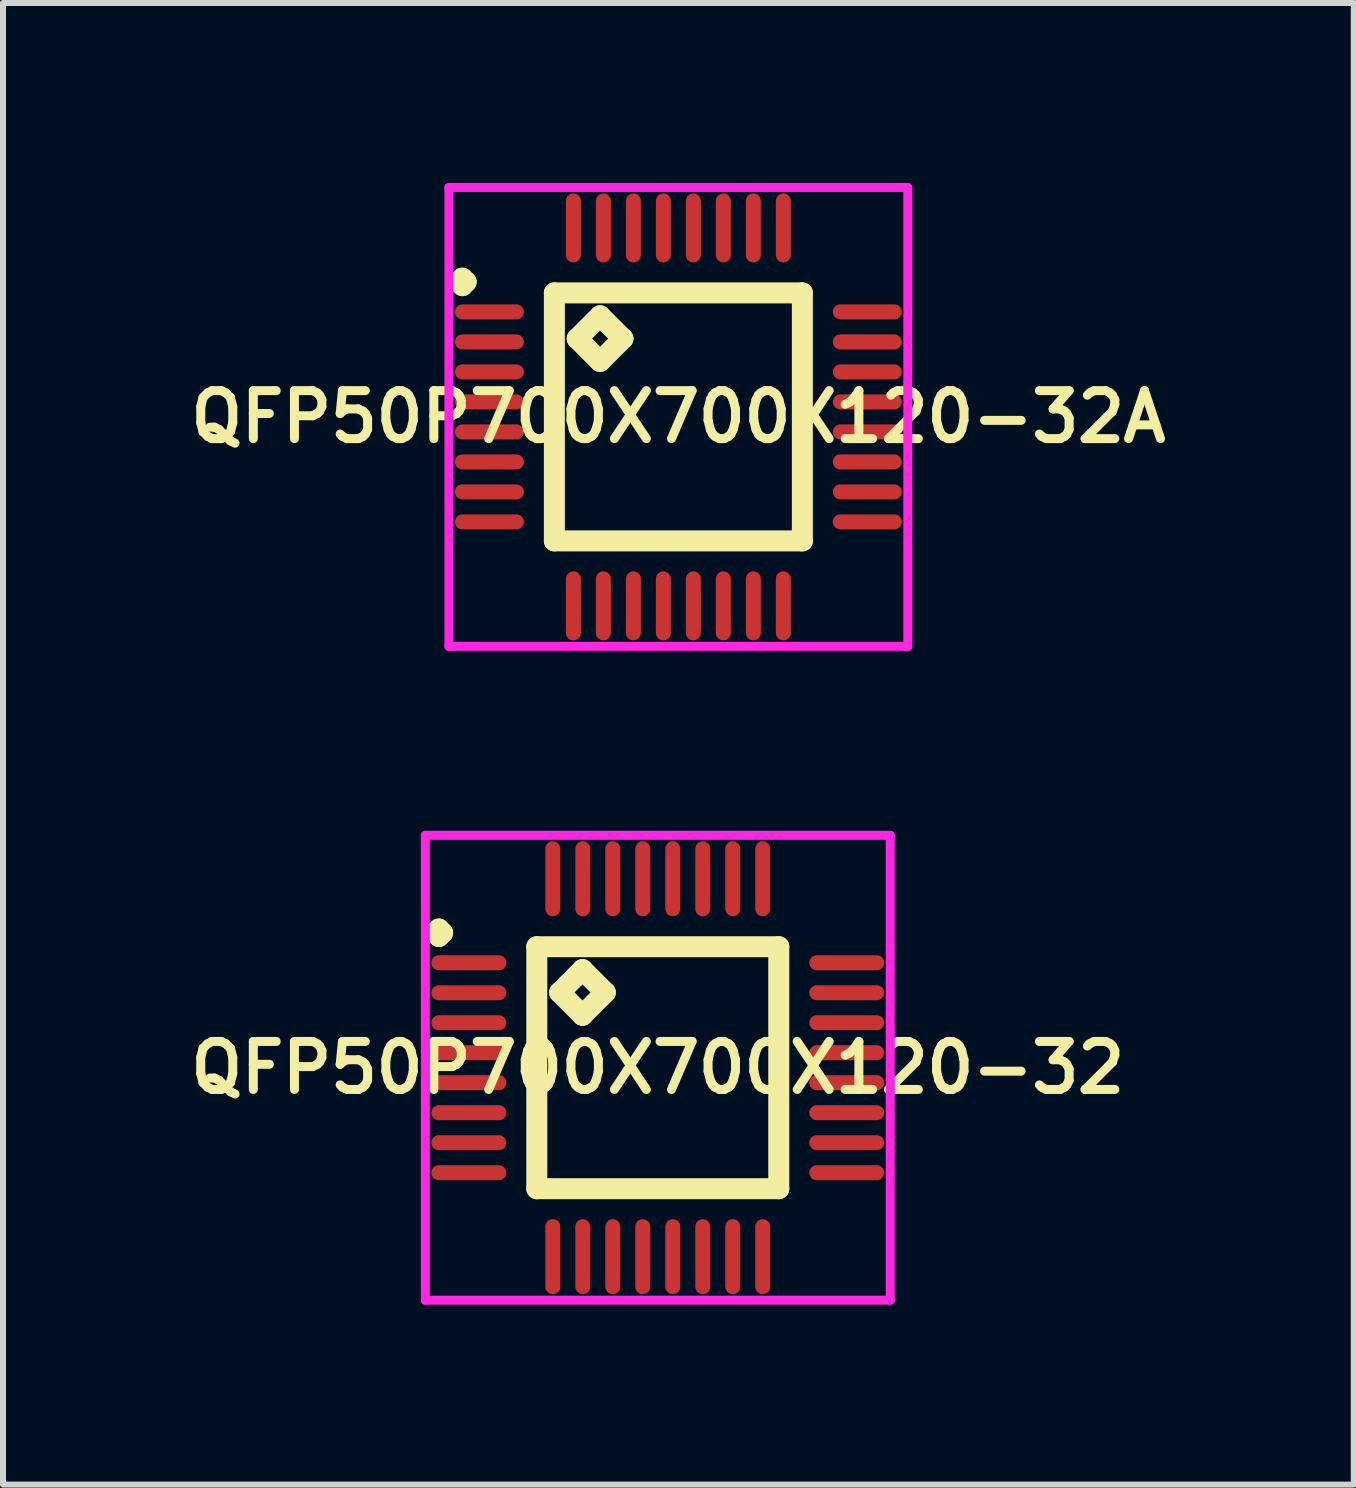
<source format=kicad_pcb>
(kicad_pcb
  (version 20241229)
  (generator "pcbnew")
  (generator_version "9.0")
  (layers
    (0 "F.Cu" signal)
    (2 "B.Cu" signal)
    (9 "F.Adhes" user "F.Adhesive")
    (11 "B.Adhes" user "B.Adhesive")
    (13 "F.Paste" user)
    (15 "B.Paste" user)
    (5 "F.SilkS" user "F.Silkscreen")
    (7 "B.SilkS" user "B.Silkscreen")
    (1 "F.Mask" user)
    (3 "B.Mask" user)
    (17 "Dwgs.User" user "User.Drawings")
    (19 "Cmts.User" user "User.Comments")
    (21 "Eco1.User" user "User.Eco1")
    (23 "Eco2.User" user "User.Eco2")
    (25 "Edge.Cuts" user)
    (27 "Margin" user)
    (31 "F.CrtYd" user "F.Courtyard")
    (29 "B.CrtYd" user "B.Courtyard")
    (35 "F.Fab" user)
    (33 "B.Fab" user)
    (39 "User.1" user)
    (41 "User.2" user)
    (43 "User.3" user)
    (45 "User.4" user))
  (footprint "QFP50P700X700X120-32"
    (layer "F.Cu")
    (at 7.916 14.75)
    (property "Reference" "QFP50P700X700X120-32" (at 0 0 0) (layer "F.SilkS") (effects (font (size 0.8 0.8) (thickness 0.15))))
    (attr smd)
    (fp_line (start -3.712 -2.25) (end -3.65 -2.312) (stroke (width 0.35) (type solid)) (layer "F.SilkS"))
    (fp_line (start -3.65 -2.312) (end -3.587 -2.25) (stroke (width 0.35) (type solid)) (layer "F.SilkS"))
    (fp_line (start -3.65 -2.188) (end -3.712 -2.25) (stroke (width 0.35) (type solid)) (layer "F.SilkS"))
    (fp_line (start -3.587 -2.25) (end -3.65 -2.188) (stroke (width 0.35) (type solid)) (layer "F.SilkS"))
    (fp_line (start -2.017 -2.017) (end -2.017 2.017) (stroke (width 0.35) (type solid)) (layer "F.SilkS"))
    (fp_line (start -2.017 2.017) (end 2.017 2.017) (stroke (width 0.35) (type solid)) (layer "F.SilkS"))
    (fp_line (start -1.636 -1.255) (end -1.255 -1.636) (stroke (width 0.35) (type solid)) (layer "F.SilkS"))
    (fp_line (start -1.255 -1.636) (end -0.874 -1.255) (stroke (width 0.35) (type solid)) (layer "F.SilkS"))
    (fp_line (start -1.255 -0.874) (end -1.636 -1.255) (stroke (width 0.35) (type solid)) (layer "F.SilkS"))
    (fp_line (start -0.874 -1.255) (end -1.255 -0.874) (stroke (width 0.35) (type solid)) (layer "F.SilkS"))
    (fp_line (start 2.017 -2.017) (end -2.017 -2.017) (stroke (width 0.35) (type solid)) (layer "F.SilkS"))
    (fp_line (start 2.017 2.017) (end 2.017 -2.017) (stroke (width 0.35) (type solid)) (layer "F.SilkS"))
    (fp_line (start -3.875 -3.875) (end 3.875 -3.875) (stroke (width 0.15) (type solid)) (layer "F.CrtYd"))
    (fp_line (start -3.875 3.875) (end -3.875 -3.875) (stroke (width 0.15) (type solid)) (layer "F.CrtYd"))
    (fp_line (start 3.875 -3.875) (end 3.875 3.875) (stroke (width 0.15) (type solid)) (layer "F.CrtYd"))
    (fp_line (start 3.875 3.875) (end -3.875 3.875) (stroke (width 0.15) (type solid)) (layer "F.CrtYd"))
    (pad "1" smd oval (at -3.15 -1.75) (size 1.25 0.25) (layers "F.Cu" "F.Mask" "F.Paste"))
    (pad "2" smd oval (at -3.15 -1.25) (size 1.25 0.25) (layers "F.Cu" "F.Mask" "F.Paste"))
    (pad "3" smd oval (at -3.15 -0.75) (size 1.25 0.25) (layers "F.Cu" "F.Mask" "F.Paste"))
    (pad "4" smd oval (at -3.15 -0.25) (size 1.25 0.25) (layers "F.Cu" "F.Mask" "F.Paste"))
    (pad "5" smd oval (at -3.15 0.25) (size 1.25 0.25) (layers "F.Cu" "F.Mask" "F.Paste"))
    (pad "6" smd oval (at -3.15 0.75) (size 1.25 0.25) (layers "F.Cu" "F.Mask" "F.Paste"))
    (pad "7" smd oval (at -3.15 1.25) (size 1.25 0.25) (layers "F.Cu" "F.Mask" "F.Paste"))
    (pad "8" smd oval (at -3.15 1.75) (size 1.25 0.25) (layers "F.Cu" "F.Mask" "F.Paste"))
    (pad "9" smd oval (at -1.75 3.15) (size 0.25 1.25) (layers "F.Cu" "F.Mask" "F.Paste"))
    (pad "10" smd oval (at -1.25 3.15) (size 0.25 1.25) (layers "F.Cu" "F.Mask" "F.Paste"))
    (pad "11" smd oval (at -0.75 3.15) (size 0.25 1.25) (layers "F.Cu" "F.Mask" "F.Paste"))
    (pad "12" smd oval (at -0.25 3.15) (size 0.25 1.25) (layers "F.Cu" "F.Mask" "F.Paste"))
    (pad "13" smd oval (at 0.25 3.15) (size 0.25 1.25) (layers "F.Cu" "F.Mask" "F.Paste"))
    (pad "14" smd oval (at 0.75 3.15) (size 0.25 1.25) (layers "F.Cu" "F.Mask" "F.Paste"))
    (pad "15" smd oval (at 1.25 3.15) (size 0.25 1.25) (layers "F.Cu" "F.Mask" "F.Paste"))
    (pad "16" smd oval (at 1.75 3.15) (size 0.25 1.25) (layers "F.Cu" "F.Mask" "F.Paste"))
    (pad "17" smd oval (at 3.15 1.75) (size 1.25 0.25) (layers "F.Cu" "F.Mask" "F.Paste"))
    (pad "18" smd oval (at 3.15 1.25) (size 1.25 0.25) (layers "F.Cu" "F.Mask" "F.Paste"))
    (pad "19" smd oval (at 3.15 0.75) (size 1.25 0.25) (layers "F.Cu" "F.Mask" "F.Paste"))
    (pad "20" smd oval (at 3.15 0.25) (size 1.25 0.25) (layers "F.Cu" "F.Mask" "F.Paste"))
    (pad "21" smd oval (at 3.15 -0.25) (size 1.25 0.25) (layers "F.Cu" "F.Mask" "F.Paste"))
    (pad "22" smd oval (at 3.15 -0.75) (size 1.25 0.25) (layers "F.Cu" "F.Mask" "F.Paste"))
    (pad "23" smd oval (at 3.15 -1.25) (size 1.25 0.25) (layers "F.Cu" "F.Mask" "F.Paste"))
    (pad "24" smd oval (at 3.15 -1.75) (size 1.25 0.25) (layers "F.Cu" "F.Mask" "F.Paste"))
    (pad "25" smd oval (at 1.75 -3.15) (size 0.25 1.25) (layers "F.Cu" "F.Mask" "F.Paste"))
    (pad "26" smd oval (at 1.25 -3.15) (size 0.25 1.25) (layers "F.Cu" "F.Mask" "F.Paste"))
    (pad "27" smd oval (at 0.75 -3.15) (size 0.25 1.25) (layers "F.Cu" "F.Mask" "F.Paste"))
    (pad "28" smd oval (at 0.25 -3.15) (size 0.25 1.25) (layers "F.Cu" "F.Mask" "F.Paste"))
    (pad "29" smd oval (at -0.25 -3.15) (size 0.25 1.25) (layers "F.Cu" "F.Mask" "F.Paste"))
    (pad "30" smd oval (at -0.75 -3.15) (size 0.25 1.25) (layers "F.Cu" "F.Mask" "F.Paste"))
    (pad "31" smd oval (at -1.25 -3.15) (size 0.25 1.25) (layers "F.Cu" "F.Mask" "F.Paste"))
    (pad "32" smd oval (at -1.75 -3.15) (size 0.25 1.25) (layers "F.Cu" "F.Mask" "F.Paste")))
  (footprint "QFP50P700X700X120-32A"
    (layer "F.Cu")
    (at 8.259 3.9)
    (property "Reference" "QFP50P700X700X120-32A" (at 0 0 0) (layer "F.SilkS") (effects (font (size 0.8 0.8) (thickness 0.15))))
    (attr smd)
    (fp_line (start -3.663 -2.25) (end -3.6 -2.312) (stroke (width 0.35) (type solid)) (layer "F.SilkS"))
    (fp_line (start -3.6 -2.312) (end -3.538 -2.25) (stroke (width 0.35) (type solid)) (layer "F.SilkS"))
    (fp_line (start -3.6 -2.188) (end -3.663 -2.25) (stroke (width 0.35) (type solid)) (layer "F.SilkS"))
    (fp_line (start -3.538 -2.25) (end -3.6 -2.188) (stroke (width 0.35) (type solid)) (layer "F.SilkS"))
    (fp_line (start -2.067 -2.067) (end -2.067 2.067) (stroke (width 0.35) (type solid)) (layer "F.SilkS"))
    (fp_line (start -2.067 2.067) (end 2.067 2.067) (stroke (width 0.35) (type solid)) (layer "F.SilkS"))
    (fp_line (start -1.686 -1.305) (end -1.305 -1.686) (stroke (width 0.35) (type solid)) (layer "F.SilkS"))
    (fp_line (start -1.305 -1.686) (end -0.924 -1.305) (stroke (width 0.35) (type solid)) (layer "F.SilkS"))
    (fp_line (start -1.305 -0.924) (end -1.686 -1.305) (stroke (width 0.35) (type solid)) (layer "F.SilkS"))
    (fp_line (start -0.924 -1.305) (end -1.305 -0.924) (stroke (width 0.35) (type solid)) (layer "F.SilkS"))
    (fp_line (start 2.067 -2.067) (end -2.067 -2.067) (stroke (width 0.35) (type solid)) (layer "F.SilkS"))
    (fp_line (start 2.067 2.067) (end 2.067 -2.067) (stroke (width 0.35) (type solid)) (layer "F.SilkS"))
    (fp_line (start -3.825 -3.825) (end 3.825 -3.825) (stroke (width 0.15) (type solid)) (layer "F.CrtYd"))
    (fp_line (start -3.825 3.825) (end -3.825 -3.825) (stroke (width 0.15) (type solid)) (layer "F.CrtYd"))
    (fp_line (start 3.825 -3.825) (end 3.825 3.825) (stroke (width 0.15) (type solid)) (layer "F.CrtYd"))
    (fp_line (start 3.825 3.825) (end -3.825 3.825) (stroke (width 0.15) (type solid)) (layer "F.CrtYd"))
    (pad "1" smd oval (at -3.15 -1.75) (size 1.15 0.25) (layers "F.Cu" "F.Mask" "F.Paste"))
    (pad "2" smd oval (at -3.15 -1.25) (size 1.15 0.25) (layers "F.Cu" "F.Mask" "F.Paste"))
    (pad "3" smd oval (at -3.15 -0.75) (size 1.15 0.25) (layers "F.Cu" "F.Mask" "F.Paste"))
    (pad "4" smd oval (at -3.15 -0.25) (size 1.15 0.25) (layers "F.Cu" "F.Mask" "F.Paste"))
    (pad "5" smd oval (at -3.15 0.25) (size 1.15 0.25) (layers "F.Cu" "F.Mask" "F.Paste"))
    (pad "6" smd oval (at -3.15 0.75) (size 1.15 0.25) (layers "F.Cu" "F.Mask" "F.Paste"))
    (pad "7" smd oval (at -3.15 1.25) (size 1.15 0.25) (layers "F.Cu" "F.Mask" "F.Paste"))
    (pad "8" smd oval (at -3.15 1.75) (size 1.15 0.25) (layers "F.Cu" "F.Mask" "F.Paste"))
    (pad "9" smd oval (at -1.75 3.15) (size 0.25 1.15) (layers "F.Cu" "F.Mask" "F.Paste"))
    (pad "10" smd oval (at -1.25 3.15) (size 0.25 1.15) (layers "F.Cu" "F.Mask" "F.Paste"))
    (pad "11" smd oval (at -0.75 3.15) (size 0.25 1.15) (layers "F.Cu" "F.Mask" "F.Paste"))
    (pad "12" smd oval (at -0.25 3.15) (size 0.25 1.15) (layers "F.Cu" "F.Mask" "F.Paste"))
    (pad "13" smd oval (at 0.25 3.15) (size 0.25 1.15) (layers "F.Cu" "F.Mask" "F.Paste"))
    (pad "14" smd oval (at 0.75 3.15) (size 0.25 1.15) (layers "F.Cu" "F.Mask" "F.Paste"))
    (pad "15" smd oval (at 1.25 3.15) (size 0.25 1.15) (layers "F.Cu" "F.Mask" "F.Paste"))
    (pad "16" smd oval (at 1.75 3.15) (size 0.25 1.15) (layers "F.Cu" "F.Mask" "F.Paste"))
    (pad "17" smd oval (at 3.15 1.75) (size 1.15 0.25) (layers "F.Cu" "F.Mask" "F.Paste"))
    (pad "18" smd oval (at 3.15 1.25) (size 1.15 0.25) (layers "F.Cu" "F.Mask" "F.Paste"))
    (pad "19" smd oval (at 3.15 0.75) (size 1.15 0.25) (layers "F.Cu" "F.Mask" "F.Paste"))
    (pad "20" smd oval (at 3.15 0.25) (size 1.15 0.25) (layers "F.Cu" "F.Mask" "F.Paste"))
    (pad "21" smd oval (at 3.15 -0.25) (size 1.15 0.25) (layers "F.Cu" "F.Mask" "F.Paste"))
    (pad "22" smd oval (at 3.15 -0.75) (size 1.15 0.25) (layers "F.Cu" "F.Mask" "F.Paste"))
    (pad "23" smd oval (at 3.15 -1.25) (size 1.15 0.25) (layers "F.Cu" "F.Mask" "F.Paste"))
    (pad "24" smd oval (at 3.15 -1.75) (size 1.15 0.25) (layers "F.Cu" "F.Mask" "F.Paste"))
    (pad "25" smd oval (at 1.75 -3.15) (size 0.25 1.15) (layers "F.Cu" "F.Mask" "F.Paste"))
    (pad "26" smd oval (at 1.25 -3.15) (size 0.25 1.15) (layers "F.Cu" "F.Mask" "F.Paste"))
    (pad "27" smd oval (at 0.75 -3.15) (size 0.25 1.15) (layers "F.Cu" "F.Mask" "F.Paste"))
    (pad "28" smd oval (at 0.25 -3.15) (size 0.25 1.15) (layers "F.Cu" "F.Mask" "F.Paste"))
    (pad "29" smd oval (at -0.25 -3.15) (size 0.25 1.15) (layers "F.Cu" "F.Mask" "F.Paste"))
    (pad "30" smd oval (at -0.75 -3.15) (size 0.25 1.15) (layers "F.Cu" "F.Mask" "F.Paste"))
    (pad "31" smd oval (at -1.25 -3.15) (size 0.25 1.15) (layers "F.Cu" "F.Mask" "F.Paste"))
    (pad "32" smd oval (at -1.75 -3.15) (size 0.25 1.15) (layers "F.Cu" "F.Mask" "F.Paste")))
  (gr_rect
    (start -3 -3)
    (end 19.519 21.7)
    (stroke (width 0.1) (type default))
    (fill no)
    (layer "Edge.Cuts")))
</source>
